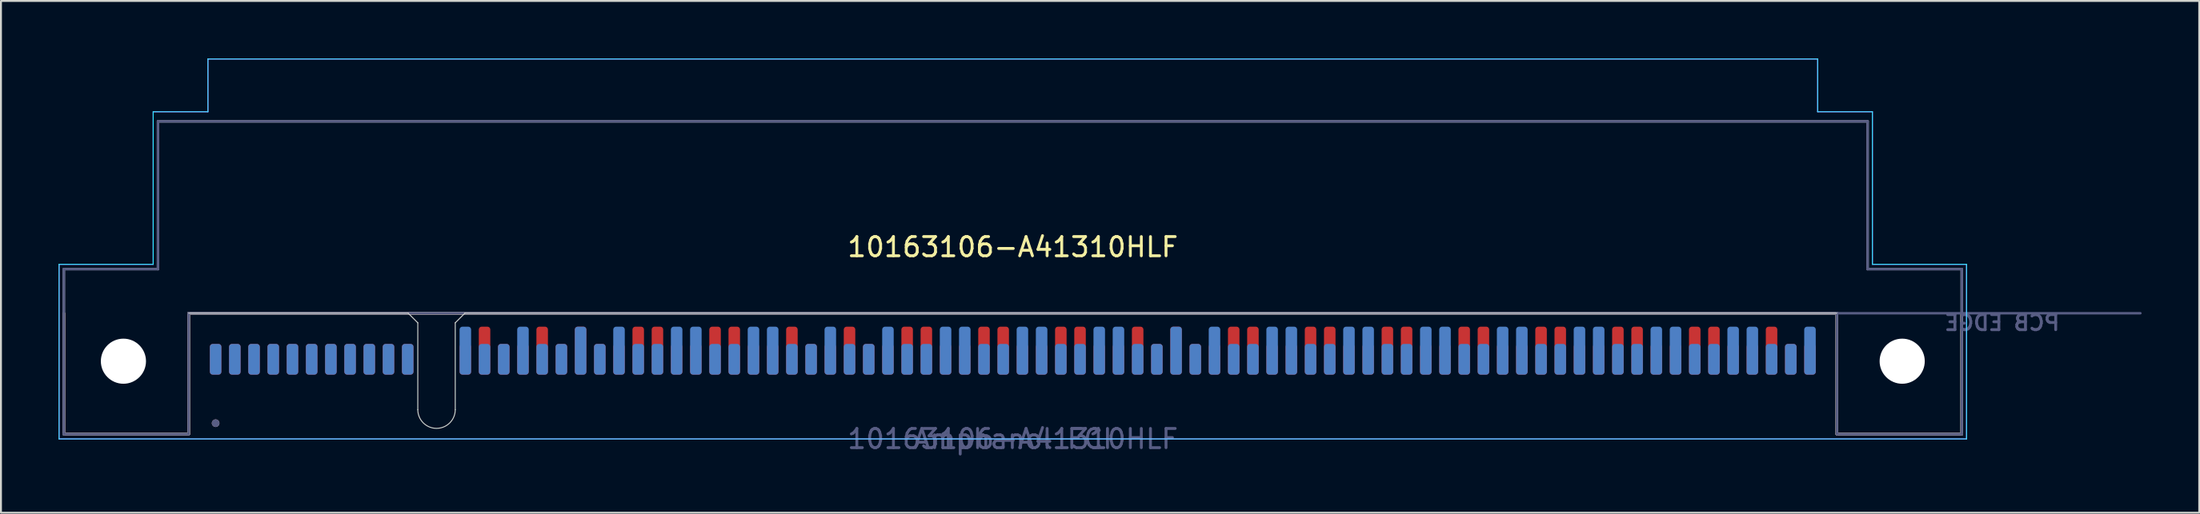
<source format=kicad_pcb>
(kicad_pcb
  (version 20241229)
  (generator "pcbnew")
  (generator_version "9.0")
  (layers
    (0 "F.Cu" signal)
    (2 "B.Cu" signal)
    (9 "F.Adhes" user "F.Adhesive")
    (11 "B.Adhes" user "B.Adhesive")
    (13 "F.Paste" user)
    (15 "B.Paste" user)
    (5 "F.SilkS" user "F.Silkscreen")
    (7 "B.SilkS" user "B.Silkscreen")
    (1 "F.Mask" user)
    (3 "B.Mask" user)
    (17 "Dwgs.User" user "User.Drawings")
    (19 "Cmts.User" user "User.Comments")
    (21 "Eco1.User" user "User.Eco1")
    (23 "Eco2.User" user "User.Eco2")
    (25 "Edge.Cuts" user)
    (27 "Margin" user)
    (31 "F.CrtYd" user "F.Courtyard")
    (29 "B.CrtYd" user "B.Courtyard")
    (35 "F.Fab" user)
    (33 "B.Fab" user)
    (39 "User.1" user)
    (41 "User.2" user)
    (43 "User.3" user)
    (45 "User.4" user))
  (footprint "10163106-A41310HLF"
    (layer "F.Cu")
    (at 49.675 19.825)
    (property "Reference" "10163106-A41310HLF" (at 0 -10 0) (unlocked yes) (layer "F.SilkS") (effects (font (size 1 1) (thickness 0.15))))
    (property "MFR" "Amphanol FCI" (at 0 0 0) (layer "B.Fab") (effects (font (size 1 1) (thickness 0.15))))
    (property "MPN" "10163106-A41310HLF" (at 0 0 0) (layer "B.Fab") (effects (font (size 1 1) (thickness 0.15))))
    (attr smd)
    (fp_line (start -49.4 -6.55) (end -49.4 -0.25) (stroke (width 0.127) (type solid)) (layer "F.SilkS"))
    (fp_line (start -49.4 -0.25) (end -42.9 -0.25) (stroke (width 0.127) (type solid)) (layer "F.SilkS"))
    (fp_line (start -42.9 -0.25) (end -42.9 -6.55) (stroke (width 0.127) (type solid)) (layer "F.SilkS"))
    (fp_line (start -42.9 -6.55) (end 42.9 -6.55) (stroke (width 0.127) (type solid)) (layer "F.SilkS"))
    (fp_line (start 42.9 -6.55) (end 42.9 -0.25) (stroke (width 0.127) (type solid)) (layer "F.SilkS"))
    (fp_line (start 42.9 -0.25) (end 49.4 -0.25) (stroke (width 0.127) (type solid)) (layer "F.SilkS"))
    (fp_line (start 49.4 -0.25) (end 49.4 -6.55) (stroke (width 0.127) (type solid)) (layer "F.SilkS"))
    (fp_line (start -49.4 -0.25) (end -49.4 -6.55) (stroke (width 0.127) (type solid)) (layer "B.SilkS"))
    (fp_line (start -42.9 -0.25) (end -49.4 -0.25) (stroke (width 0.127) (type solid)) (layer "B.SilkS"))
    (fp_line (start -42.9 -6.55) (end -42.9 -0.25) (stroke (width 0.127) (type solid)) (layer "B.SilkS"))
    (fp_line (start -42.9 -6.55) (end 42.9 -6.55) (stroke (width 0.127) (type solid)) (layer "B.SilkS"))
    (fp_line (start 42.9 -6.55) (end 42.9 -0.25) (stroke (width 0.127) (type solid)) (layer "B.SilkS"))
    (fp_line (start 42.9 -0.25) (end 49.4 -0.25) (stroke (width 0.127) (type solid)) (layer "B.SilkS"))
    (fp_line (start 49.4 -0.25) (end 49.4 -6.55) (stroke (width 0.127) (type solid)) (layer "B.SilkS"))
    (fp_circle (center -41.5 -0.82) (end -41.4 -0.82) (stroke (width 0.2) (type solid)) (fill no) (layer "B.SilkS"))
    (fp_line (start -42.9 -6.55) (end -31.475 -6.55) (stroke (width 0.05) (type solid)) (layer "Edge.Cuts"))
    (fp_line (start -31.475 -6.55) (end -30.975 -6.05) (stroke (width 0.05) (type solid)) (layer "Edge.Cuts"))
    (fp_line (start -30.975 -6.05) (end -30.975 -1.525) (stroke (width 0.05) (type solid)) (layer "Edge.Cuts"))
    (fp_line (start -29.025 -6.05) (end -28.525 -6.55) (stroke (width 0.05) (type solid)) (layer "Edge.Cuts"))
    (fp_line (start -29.025 -1.525) (end -29.025 -6.05) (stroke (width 0.05) (type solid)) (layer "Edge.Cuts"))
    (fp_line (start 42.9 -6.55) (end -28.525 -6.55) (stroke (width 0.05) (type solid)) (layer "Edge.Cuts"))
    (fp_arc (start -29.025 -1.525) (mid -30 -0.55) (end -30.975 -1.525) (stroke (width 0.05) (type solid)) (layer "Edge.Cuts"))
    (fp_line (start -49.65 -9.1) (end -49.65 0) (stroke (width 0.05) (type solid)) (layer "B.CrtYd"))
    (fp_line (start -49.65 0) (end 49.65 0) (stroke (width 0.05) (type solid)) (layer "B.CrtYd"))
    (fp_line (start -44.75 -17.05) (end -44.75 -9.1) (stroke (width 0.05) (type solid)) (layer "B.CrtYd"))
    (fp_line (start -44.75 -9.1) (end -49.65 -9.1) (stroke (width 0.05) (type solid)) (layer "B.CrtYd"))
    (fp_line (start -41.9 -17.05) (end -44.75 -17.05) (stroke (width 0.05) (type solid)) (layer "B.CrtYd"))
    (fp_line (start -41.9 -19.8) (end -41.9 -17.05) (stroke (width 0.05) (type solid)) (layer "B.CrtYd"))
    (fp_line (start 41.9 -19.8) (end -41.9 -19.8) (stroke (width 0.05) (type solid)) (layer "B.CrtYd"))
    (fp_line (start 41.9 -17.05) (end 41.9 -19.8) (stroke (width 0.05) (type solid)) (layer "B.CrtYd"))
    (fp_line (start 44.75 -17.05) (end 41.9 -17.05) (stroke (width 0.05) (type solid)) (layer "B.CrtYd"))
    (fp_line (start 44.75 -9.1) (end 44.75 -17.05) (stroke (width 0.05) (type solid)) (layer "B.CrtYd"))
    (fp_line (start 49.65 -9.1) (end 44.75 -9.1) (stroke (width 0.05) (type solid)) (layer "B.CrtYd"))
    (fp_line (start 49.65 0) (end 49.65 -9.1) (stroke (width 0.05) (type solid)) (layer "B.CrtYd"))
    (fp_line (start -49.65 -9.1) (end -49.65 0) (stroke (width 0.05) (type solid)) (layer "F.CrtYd"))
    (fp_line (start -49.65 0) (end 49.65 0) (stroke (width 0.05) (type solid)) (layer "F.CrtYd"))
    (fp_line (start -44.75 -17.05) (end -44.75 -9.1) (stroke (width 0.05) (type solid)) (layer "F.CrtYd"))
    (fp_line (start -44.75 -9.1) (end -49.65 -9.1) (stroke (width 0.05) (type solid)) (layer "F.CrtYd"))
    (fp_line (start -41.9 -17.05) (end -44.75 -17.05) (stroke (width 0.05) (type solid)) (layer "F.CrtYd"))
    (fp_line (start -41.9 -19.8) (end -41.9 -17.05) (stroke (width 0.05) (type solid)) (layer "F.CrtYd"))
    (fp_line (start 41.9 -19.8) (end -41.9 -19.8) (stroke (width 0.05) (type solid)) (layer "F.CrtYd"))
    (fp_line (start 41.9 -17.05) (end 41.9 -19.8) (stroke (width 0.05) (type solid)) (layer "F.CrtYd"))
    (fp_line (start 44.75 -17.05) (end 41.9 -17.05) (stroke (width 0.05) (type solid)) (layer "F.CrtYd"))
    (fp_line (start 44.75 -9.1) (end 44.75 -17.05) (stroke (width 0.05) (type solid)) (layer "F.CrtYd"))
    (fp_line (start 49.65 -9.1) (end 44.75 -9.1) (stroke (width 0.05) (type solid)) (layer "F.CrtYd"))
    (fp_line (start 49.65 0) (end 49.65 -9.1) (stroke (width 0.05) (type solid)) (layer "F.CrtYd"))
    (fp_line (start -49.4 -8.85) (end -44.5 -8.85) (stroke (width 0.127) (type solid)) (layer "B.Fab"))
    (fp_line (start -49.4 -0.25) (end -49.4 -8.85) (stroke (width 0.127) (type solid)) (layer "B.Fab"))
    (fp_line (start -49.4 -0.25) (end -42.9 -0.25) (stroke (width 0.127) (type solid)) (layer "B.Fab"))
    (fp_line (start -44.5 -16.55) (end 44.5 -16.55) (stroke (width 0.127) (type solid)) (layer "B.Fab"))
    (fp_line (start -44.5 -8.85) (end -44.5 -16.55) (stroke (width 0.127) (type solid)) (layer "B.Fab"))
    (fp_line (start -42.9 -0.25) (end -42.9 -6.55) (stroke (width 0.127) (type solid)) (layer "B.Fab"))
    (fp_line (start -42.9 -6.55) (end 42.9 -6.55) (stroke (width 0.127) (type solid)) (layer "B.Fab"))
    (fp_line (start 42.9 -6.55) (end 42.9 -0.25) (stroke (width 0.127) (type solid)) (layer "B.Fab"))
    (fp_line (start 42.9 -6.55) (end 58.7 -6.55) (stroke (width 0.127) (type solid)) (layer "B.Fab"))
    (fp_line (start 42.9 -0.25) (end 49.4 -0.25) (stroke (width 0.127) (type solid)) (layer "B.Fab"))
    (fp_line (start 44.5 -8.85) (end 44.5 -16.55) (stroke (width 0.127) (type solid)) (layer "B.Fab"))
    (fp_line (start 49.4 -8.85) (end 44.5 -8.85) (stroke (width 0.127) (type solid)) (layer "B.Fab"))
    (fp_line (start 49.4 -0.25) (end 49.4 -8.85) (stroke (width 0.127) (type solid)) (layer "B.Fab"))
    (fp_circle (center -41.5 -0.82) (end -41.4 -0.82) (stroke (width 0.2) (type solid)) (fill no) (layer "B.Fab"))
    (fp_line (start -49.4 -8.85) (end -49.4 -0.25) (stroke (width 0.127) (type solid)) (layer "F.Fab"))
    (fp_line (start -49.4 -0.25) (end -42.9 -0.25) (stroke (width 0.127) (type solid)) (layer "F.Fab"))
    (fp_line (start -44.5 -16.55) (end -44.5 -8.85) (stroke (width 0.127) (type solid)) (layer "F.Fab"))
    (fp_line (start -44.5 -16.55) (end 44.5 -16.55) (stroke (width 0.127) (type solid)) (layer "F.Fab"))
    (fp_line (start -44.5 -8.85) (end -49.4 -8.85) (stroke (width 0.127) (type solid)) (layer "F.Fab"))
    (fp_line (start -42.9 -0.25) (end -42.9 -6.55) (stroke (width 0.127) (type solid)) (layer "F.Fab"))
    (fp_line (start -42.9 -6.55) (end 42.9 -6.55) (stroke (width 0.127) (type solid)) (layer "F.Fab"))
    (fp_line (start 42.9 -6.55) (end 42.9 -0.25) (stroke (width 0.127) (type solid)) (layer "F.Fab"))
    (fp_line (start 42.9 -0.25) (end 49.4 -0.25) (stroke (width 0.127) (type solid)) (layer "F.Fab"))
    (fp_line (start 44.5 -8.85) (end 44.5 -16.55) (stroke (width 0.127) (type solid)) (layer "F.Fab"))
    (fp_line (start 49.4 -8.85) (end 44.5 -8.85) (stroke (width 0.127) (type solid)) (layer "F.Fab"))
    (fp_line (start 49.4 -0.25) (end 49.4 -8.85) (stroke (width 0.127) (type solid)) (layer "F.Fab"))
    (fp_text user "PCB EDGE" (at 51.5 -6.05 180) (layer "B.Fab") (effects (font (size 0.787 0.787) (thickness 0.15)) (justify mirror)))
    (pad "" np_thru_hole circle (at -46.3 -4.05 180) (size 2.35 2.35) (drill 2.35) (layers "*.Cu" "*.Mask"))
    (pad "" np_thru_hole circle (at 46.3 -4.05 180) (size 2.35 2.35) (drill 2.35) (layers "*.Cu" "*.Mask"))
    (pad "A1" smd roundrect (at -41.5 -4.15 180) (size 0.6 1.6) (layers "B.Cu" "B.Mask" "B.Paste") (roundrect_rratio 0.25))
    (pad "A2" smd roundrect (at -40.5 -4.15 180) (size 0.6 1.6) (layers "B.Cu" "B.Mask" "B.Paste") (roundrect_rratio 0.25))
    (pad "A3" smd roundrect (at -39.5 -4.15 180) (size 0.6 1.6) (layers "B.Cu" "B.Mask" "B.Paste") (roundrect_rratio 0.25))
    (pad "A4" smd roundrect (at -38.5 -4.15 180) (size 0.6 1.6) (layers "B.Cu" "B.Mask" "B.Paste") (roundrect_rratio 0.25))
    (pad "A5" smd roundrect (at -37.5 -4.15 180) (size 0.6 1.6) (layers "B.Cu" "B.Mask" "B.Paste") (roundrect_rratio 0.25))
    (pad "A6" smd roundrect (at -36.5 -4.15 180) (size 0.6 1.6) (layers "B.Cu" "B.Mask" "B.Paste") (roundrect_rratio 0.25))
    (pad "A7" smd roundrect (at -35.5 -4.15 180) (size 0.6 1.6) (layers "B.Cu" "B.Mask" "B.Paste") (roundrect_rratio 0.25))
    (pad "A8" smd roundrect (at -34.5 -4.15 180) (size 0.6 1.6) (layers "B.Cu" "B.Mask" "B.Paste") (roundrect_rratio 0.25))
    (pad "A9" smd roundrect (at -33.5 -4.15 180) (size 0.6 1.6) (layers "B.Cu" "B.Mask" "B.Paste") (roundrect_rratio 0.25))
    (pad "A10" smd roundrect (at -32.5 -4.15 180) (size 0.6 1.6) (layers "B.Cu" "B.Mask" "B.Paste") (roundrect_rratio 0.25))
    (pad "A11" smd roundrect (at -31.5 -4.15 180) (size 0.6 1.6) (layers "B.Cu" "B.Mask" "B.Paste") (roundrect_rratio 0.25))
    (pad "A12" smd roundrect (at -28.5 -4.6 180) (size 0.6 2.5) (layers "B.Cu" "B.Mask" "B.Paste") (roundrect_rratio 0.25))
    (pad "A13" smd roundrect (at -27.5 -4.15 180) (size 0.6 1.6) (layers "B.Cu" "B.Mask" "B.Paste") (roundrect_rratio 0.25))
    (pad "A14" smd roundrect (at -26.5 -4.15 180) (size 0.6 1.6) (layers "B.Cu" "B.Mask" "B.Paste") (roundrect_rratio 0.25))
    (pad "A15" smd roundrect (at -25.5 -4.6 180) (size 0.6 2.5) (layers "B.Cu" "B.Mask" "B.Paste") (roundrect_rratio 0.25))
    (pad "A16" smd roundrect (at -24.5 -4.15 180) (size 0.6 1.6) (layers "B.Cu" "B.Mask" "B.Paste") (roundrect_rratio 0.25))
    (pad "A17" smd roundrect (at -23.5 -4.15 180) (size 0.6 1.6) (layers "B.Cu" "B.Mask" "B.Paste") (roundrect_rratio 0.25))
    (pad "A18" smd roundrect (at -22.5 -4.6 180) (size 0.6 2.5) (layers "B.Cu" "B.Mask" "B.Paste") (roundrect_rratio 0.25))
    (pad "A19" smd roundrect (at -21.5 -4.15 180) (size 0.6 1.6) (layers "B.Cu" "B.Mask" "B.Paste") (roundrect_rratio 0.25))
    (pad "A20" smd roundrect (at -20.5 -4.6 180) (size 0.6 2.5) (layers "B.Cu" "B.Mask" "B.Paste") (roundrect_rratio 0.25))
    (pad "A21" smd roundrect (at -19.5 -4.15 180) (size 0.6 1.6) (layers "B.Cu" "B.Mask" "B.Paste") (roundrect_rratio 0.25))
    (pad "A22" smd roundrect (at -18.5 -4.15 180) (size 0.6 1.6) (layers "B.Cu" "B.Mask" "B.Paste") (roundrect_rratio 0.25))
    (pad "A23" smd roundrect (at -17.5 -4.6 180) (size 0.6 2.5) (layers "B.Cu" "B.Mask" "B.Paste") (roundrect_rratio 0.25))
    (pad "A24" smd roundrect (at -16.5 -4.6 180) (size 0.6 2.5) (layers "B.Cu" "B.Mask" "B.Paste") (roundrect_rratio 0.25))
    (pad "A25" smd roundrect (at -15.5 -4.15 180) (size 0.6 1.6) (layers "B.Cu" "B.Mask" "B.Paste") (roundrect_rratio 0.25))
    (pad "A26" smd roundrect (at -14.5 -4.15 180) (size 0.6 1.6) (layers "B.Cu" "B.Mask" "B.Paste") (roundrect_rratio 0.25))
    (pad "A27" smd roundrect (at -13.5 -4.6 180) (size 0.6 2.5) (layers "B.Cu" "B.Mask" "B.Paste") (roundrect_rratio 0.25))
    (pad "A28" smd roundrect (at -12.5 -4.6 180) (size 0.6 2.5) (layers "B.Cu" "B.Mask" "B.Paste") (roundrect_rratio 0.25))
    (pad "A29" smd roundrect (at -11.5 -4.15 180) (size 0.6 1.6) (layers "B.Cu" "B.Mask" "B.Paste") (roundrect_rratio 0.25))
    (pad "A30" smd roundrect (at -10.5 -4.15 180) (size 0.6 1.6) (layers "B.Cu" "B.Mask" "B.Paste") (roundrect_rratio 0.25))
    (pad "A31" smd roundrect (at -9.5 -4.6 180) (size 0.6 2.5) (layers "B.Cu" "B.Mask" "B.Paste") (roundrect_rratio 0.25))
    (pad "A32" smd roundrect (at -8.5 -4.15 180) (size 0.6 1.6) (layers "B.Cu" "B.Mask" "B.Paste") (roundrect_rratio 0.25))
    (pad "A33" smd roundrect (at -7.5 -4.15 180) (size 0.6 1.6) (layers "B.Cu" "B.Mask" "B.Paste") (roundrect_rratio 0.25))
    (pad "A34" smd roundrect (at -6.5 -4.6 180) (size 0.6 2.5) (layers "B.Cu" "B.Mask" "B.Paste") (roundrect_rratio 0.25))
    (pad "A35" smd roundrect (at -5.5 -4.15 180) (size 0.6 1.6) (layers "B.Cu" "B.Mask" "B.Paste") (roundrect_rratio 0.25))
    (pad "A36" smd roundrect (at -4.5 -4.15 180) (size 0.6 1.6) (layers "B.Cu" "B.Mask" "B.Paste") (roundrect_rratio 0.25))
    (pad "A37" smd roundrect (at -3.5 -4.6 180) (size 0.6 2.5) (layers "B.Cu" "B.Mask" "B.Paste") (roundrect_rratio 0.25))
    (pad "A38" smd roundrect (at -2.5 -4.6 180) (size 0.6 2.5) (layers "B.Cu" "B.Mask" "B.Paste") (roundrect_rratio 0.25))
    (pad "A39" smd roundrect (at -1.5 -4.15 180) (size 0.6 1.6) (layers "B.Cu" "B.Mask" "B.Paste") (roundrect_rratio 0.25))
    (pad "A40" smd roundrect (at -0.5 -4.15 180) (size 0.6 1.6) (layers "B.Cu" "B.Mask" "B.Paste") (roundrect_rratio 0.25))
    (pad "A41" smd roundrect (at 0.5 -4.6 180) (size 0.6 2.5) (layers "B.Cu" "B.Mask" "B.Paste") (roundrect_rratio 0.25))
    (pad "A42" smd roundrect (at 1.5 -4.6 180) (size 0.6 2.5) (layers "B.Cu" "B.Mask" "B.Paste") (roundrect_rratio 0.25))
    (pad "A43" smd roundrect (at 2.5 -4.15 180) (size 0.6 1.6) (layers "B.Cu" "B.Mask" "B.Paste") (roundrect_rratio 0.25))
    (pad "A44" smd roundrect (at 3.5 -4.15 180) (size 0.6 1.6) (layers "B.Cu" "B.Mask" "B.Paste") (roundrect_rratio 0.25))
    (pad "A45" smd roundrect (at 4.5 -4.6 180) (size 0.6 2.5) (layers "B.Cu" "B.Mask" "B.Paste") (roundrect_rratio 0.25))
    (pad "A46" smd roundrect (at 5.5 -4.6 180) (size 0.6 2.5) (layers "B.Cu" "B.Mask" "B.Paste") (roundrect_rratio 0.25))
    (pad "A47" smd roundrect (at 6.5 -4.15 180) (size 0.6 1.6) (layers "B.Cu" "B.Mask" "B.Paste") (roundrect_rratio 0.25))
    (pad "A48" smd roundrect (at 7.5 -4.15 180) (size 0.6 1.6) (layers "B.Cu" "B.Mask" "B.Paste") (roundrect_rratio 0.25))
    (pad "A49" smd roundrect (at 8.5 -4.6 180) (size 0.6 2.5) (layers "B.Cu" "B.Mask" "B.Paste") (roundrect_rratio 0.25))
    (pad "A50" smd roundrect (at 9.5 -4.15 180) (size 0.6 1.6) (layers "B.Cu" "B.Mask" "B.Paste") (roundrect_rratio 0.25))
    (pad "A51" smd roundrect (at 10.5 -4.6 180) (size 0.6 2.5) (layers "B.Cu" "B.Mask" "B.Paste") (roundrect_rratio 0.25))
    (pad "A52" smd roundrect (at 11.5 -4.15 180) (size 0.6 1.6) (layers "B.Cu" "B.Mask" "B.Paste") (roundrect_rratio 0.25))
    (pad "A53" smd roundrect (at 12.5 -4.15 180) (size 0.6 1.6) (layers "B.Cu" "B.Mask" "B.Paste") (roundrect_rratio 0.25))
    (pad "A54" smd roundrect (at 13.5 -4.6 180) (size 0.6 2.5) (layers "B.Cu" "B.Mask" "B.Paste") (roundrect_rratio 0.25))
    (pad "A55" smd roundrect (at 14.5 -4.6 180) (size 0.6 2.5) (layers "B.Cu" "B.Mask" "B.Paste") (roundrect_rratio 0.25))
    (pad "A56" smd roundrect (at 15.5 -4.15 180) (size 0.6 1.6) (layers "B.Cu" "B.Mask" "B.Paste") (roundrect_rratio 0.25))
    (pad "A57" smd roundrect (at 16.5 -4.15 180) (size 0.6 1.6) (layers "B.Cu" "B.Mask" "B.Paste") (roundrect_rratio 0.25))
    (pad "A58" smd roundrect (at 17.5 -4.6 180) (size 0.6 2.5) (layers "B.Cu" "B.Mask" "B.Paste") (roundrect_rratio 0.25))
    (pad "A59" smd roundrect (at 18.5 -4.6 180) (size 0.6 2.5) (layers "B.Cu" "B.Mask" "B.Paste") (roundrect_rratio 0.25))
    (pad "A60" smd roundrect (at 19.5 -4.15 180) (size 0.6 1.6) (layers "B.Cu" "B.Mask" "B.Paste") (roundrect_rratio 0.25))
    (pad "A61" smd roundrect (at 20.5 -4.15 180) (size 0.6 1.6) (layers "B.Cu" "B.Mask" "B.Paste") (roundrect_rratio 0.25))
    (pad "A62" smd roundrect (at 21.5 -4.6 180) (size 0.6 2.5) (layers "B.Cu" "B.Mask" "B.Paste") (roundrect_rratio 0.25))
    (pad "A63" smd roundrect (at 22.5 -4.6 180) (size 0.6 2.5) (layers "B.Cu" "B.Mask" "B.Paste") (roundrect_rratio 0.25))
    (pad "A64" smd roundrect (at 23.5 -4.15 180) (size 0.6 1.6) (layers "B.Cu" "B.Mask" "B.Paste") (roundrect_rratio 0.25))
    (pad "A65" smd roundrect (at 24.5 -4.15 180) (size 0.6 1.6) (layers "B.Cu" "B.Mask" "B.Paste") (roundrect_rratio 0.25))
    (pad "A66" smd roundrect (at 25.5 -4.6 180) (size 0.6 2.5) (layers "B.Cu" "B.Mask" "B.Paste") (roundrect_rratio 0.25))
    (pad "A67" smd roundrect (at 26.5 -4.6 180) (size 0.6 2.5) (layers "B.Cu" "B.Mask" "B.Paste") (roundrect_rratio 0.25))
    (pad "A68" smd roundrect (at 27.5 -4.15 180) (size 0.6 1.6) (layers "B.Cu" "B.Mask" "B.Paste") (roundrect_rratio 0.25))
    (pad "A69" smd roundrect (at 28.5 -4.15 180) (size 0.6 1.6) (layers "B.Cu" "B.Mask" "B.Paste") (roundrect_rratio 0.25))
    (pad "A70" smd roundrect (at 29.5 -4.6 180) (size 0.6 2.5) (layers "B.Cu" "B.Mask" "B.Paste") (roundrect_rratio 0.25))
    (pad "A71" smd roundrect (at 30.5 -4.6 180) (size 0.6 2.5) (layers "B.Cu" "B.Mask" "B.Paste") (roundrect_rratio 0.25))
    (pad "A72" smd roundrect (at 31.5 -4.15 180) (size 0.6 1.6) (layers "B.Cu" "B.Mask" "B.Paste") (roundrect_rratio 0.25))
    (pad "A73" smd roundrect (at 32.5 -4.15 180) (size 0.6 1.6) (layers "B.Cu" "B.Mask" "B.Paste") (roundrect_rratio 0.25))
    (pad "A74" smd roundrect (at 33.5 -4.6 180) (size 0.6 2.5) (layers "B.Cu" "B.Mask" "B.Paste") (roundrect_rratio 0.25))
    (pad "A75" smd roundrect (at 34.5 -4.6 180) (size 0.6 2.5) (layers "B.Cu" "B.Mask" "B.Paste") (roundrect_rratio 0.25))
    (pad "A76" smd roundrect (at 35.5 -4.15 180) (size 0.6 1.6) (layers "B.Cu" "B.Mask" "B.Paste") (roundrect_rratio 0.25))
    (pad "A77" smd roundrect (at 36.5 -4.15 180) (size 0.6 1.6) (layers "B.Cu" "B.Mask" "B.Paste") (roundrect_rratio 0.25))
    (pad "A78" smd roundrect (at 37.5 -4.6 180) (size 0.6 2.5) (layers "B.Cu" "B.Mask" "B.Paste") (roundrect_rratio 0.25))
    (pad "A79" smd roundrect (at 38.5 -4.6 180) (size 0.6 2.5) (layers "B.Cu" "B.Mask" "B.Paste") (roundrect_rratio 0.25))
    (pad "A80" smd roundrect (at 39.5 -4.15 180) (size 0.6 1.6) (layers "B.Cu" "B.Mask" "B.Paste") (roundrect_rratio 0.25))
    (pad "A81" smd roundrect (at 40.5 -4.15 180) (size 0.6 1.6) (layers "B.Cu" "B.Mask" "B.Paste") (roundrect_rratio 0.25))
    (pad "A82" smd roundrect (at 41.5 -4.6 180) (size 0.6 2.5) (layers "B.Cu" "B.Mask" "B.Paste") (roundrect_rratio 0.25))
    (pad "B1" smd roundrect (at -41.5 -4.15 180) (size 0.6 1.6) (layers "F.Cu" "F.Mask" "F.Paste") (roundrect_rratio 0.25))
    (pad "B2" smd roundrect (at -40.5 -4.15 180) (size 0.6 1.6) (layers "F.Cu" "F.Mask" "F.Paste") (roundrect_rratio 0.25))
    (pad "B3" smd roundrect (at -39.5 -4.15 180) (size 0.6 1.6) (layers "F.Cu" "F.Mask" "F.Paste") (roundrect_rratio 0.25))
    (pad "B4" smd roundrect (at -38.5 -4.15 180) (size 0.6 1.6) (layers "F.Cu" "F.Mask" "F.Paste") (roundrect_rratio 0.25))
    (pad "B5" smd roundrect (at -37.5 -4.15 180) (size 0.6 1.6) (layers "F.Cu" "F.Mask" "F.Paste") (roundrect_rratio 0.25))
    (pad "B6" smd roundrect (at -36.5 -4.15 180) (size 0.6 1.6) (layers "F.Cu" "F.Mask" "F.Paste") (roundrect_rratio 0.25))
    (pad "B7" smd roundrect (at -35.5 -4.15 180) (size 0.6 1.6) (layers "F.Cu" "F.Mask" "F.Paste") (roundrect_rratio 0.25))
    (pad "B8" smd roundrect (at -34.5 -4.15 180) (size 0.6 1.6) (layers "F.Cu" "F.Mask" "F.Paste") (roundrect_rratio 0.25))
    (pad "B9" smd roundrect (at -33.5 -4.15 180) (size 0.6 1.6) (layers "F.Cu" "F.Mask" "F.Paste") (roundrect_rratio 0.25))
    (pad "B10" smd roundrect (at -32.5 -4.15 180) (size 0.6 1.6) (layers "F.Cu" "F.Mask" "F.Paste") (roundrect_rratio 0.25))
    (pad "B11" smd roundrect (at -31.5 -4.15 180) (size 0.6 1.6) (layers "F.Cu" "F.Mask" "F.Paste") (roundrect_rratio 0.25))
    (pad "B12" smd roundrect (at -28.5 -4.15 180) (size 0.6 1.6) (layers "F.Cu" "F.Mask" "F.Paste") (roundrect_rratio 0.25))
    (pad "B13" smd roundrect (at -27.5 -4.6 180) (size 0.6 2.5) (layers "F.Cu" "F.Mask" "F.Paste") (roundrect_rratio 0.25))
    (pad "B14" smd roundrect (at -26.5 -4.15 180) (size 0.6 1.6) (layers "F.Cu" "F.Mask" "F.Paste") (roundrect_rratio 0.25))
    (pad "B15" smd roundrect (at -25.5 -4.15 180) (size 0.6 1.6) (layers "F.Cu" "F.Mask" "F.Paste") (roundrect_rratio 0.25))
    (pad "B16" smd roundrect (at -24.5 -4.6 180) (size 0.6 2.5) (layers "F.Cu" "F.Mask" "F.Paste") (roundrect_rratio 0.25))
    (pad "B17" smd roundrect (at -23.5 -4.15 180) (size 0.6 1.6) (layers "F.Cu" "F.Mask" "F.Paste") (roundrect_rratio 0.25))
    (pad "B18" smd roundrect (at -22.5 -4.6 180) (size 0.6 2.5) (layers "F.Cu" "F.Mask" "F.Paste") (roundrect_rratio 0.25))
    (pad "B19" smd roundrect (at -21.5 -4.15 180) (size 0.6 1.6) (layers "F.Cu" "F.Mask" "F.Paste") (roundrect_rratio 0.25))
    (pad "B20" smd roundrect (at -20.5 -4.15 180) (size 0.6 1.6) (layers "F.Cu" "F.Mask" "F.Paste") (roundrect_rratio 0.25))
    (pad "B21" smd roundrect (at -19.5 -4.6 180) (size 0.6 2.5) (layers "F.Cu" "F.Mask" "F.Paste") (roundrect_rratio 0.25))
    (pad "B22" smd roundrect (at -18.5 -4.6 180) (size 0.6 2.5) (layers "F.Cu" "F.Mask" "F.Paste") (roundrect_rratio 0.25))
    (pad "B23" smd roundrect (at -17.5 -4.15 180) (size 0.6 1.6) (layers "F.Cu" "F.Mask" "F.Paste") (roundrect_rratio 0.25))
    (pad "B24" smd roundrect (at -16.5 -4.15 180) (size 0.6 1.6) (layers "F.Cu" "F.Mask" "F.Paste") (roundrect_rratio 0.25))
    (pad "B25" smd roundrect (at -15.5 -4.6 180) (size 0.6 2.5) (layers "F.Cu" "F.Mask" "F.Paste") (roundrect_rratio 0.25))
    (pad "B26" smd roundrect (at -14.5 -4.6 180) (size 0.6 2.5) (layers "F.Cu" "F.Mask" "F.Paste") (roundrect_rratio 0.25))
    (pad "B27" smd roundrect (at -13.5 -4.15 180) (size 0.6 1.6) (layers "F.Cu" "F.Mask" "F.Paste") (roundrect_rratio 0.25))
    (pad "B28" smd roundrect (at -12.5 -4.15 180) (size 0.6 1.6) (layers "F.Cu" "F.Mask" "F.Paste") (roundrect_rratio 0.25))
    (pad "B29" smd roundrect (at -11.5 -4.6 180) (size 0.6 2.5) (layers "F.Cu" "F.Mask" "F.Paste") (roundrect_rratio 0.25))
    (pad "B30" smd roundrect (at -10.5 -4.15 180) (size 0.6 1.6) (layers "F.Cu" "F.Mask" "F.Paste") (roundrect_rratio 0.25))
    (pad "B31" smd roundrect (at -9.5 -4.15 180) (size 0.6 1.6) (layers "F.Cu" "F.Mask" "F.Paste") (roundrect_rratio 0.25))
    (pad "B32" smd roundrect (at -8.5 -4.6 180) (size 0.6 2.5) (layers "F.Cu" "F.Mask" "F.Paste") (roundrect_rratio 0.25))
    (pad "B33" smd roundrect (at -7.5 -4.15 180) (size 0.6 1.6) (layers "F.Cu" "F.Mask" "F.Paste") (roundrect_rratio 0.25))
    (pad "B34" smd roundrect (at -6.5 -4.15 180) (size 0.6 1.6) (layers "F.Cu" "F.Mask" "F.Paste") (roundrect_rratio 0.25))
    (pad "B35" smd roundrect (at -5.5 -4.6 180) (size 0.6 2.5) (layers "F.Cu" "F.Mask" "F.Paste") (roundrect_rratio 0.25))
    (pad "B36" smd roundrect (at -4.5 -4.6 180) (size 0.6 2.5) (layers "F.Cu" "F.Mask" "F.Paste") (roundrect_rratio 0.25))
    (pad "B37" smd roundrect (at -3.5 -4.15 180) (size 0.6 1.6) (layers "F.Cu" "F.Mask" "F.Paste") (roundrect_rratio 0.25))
    (pad "B38" smd roundrect (at -2.5 -4.15 180) (size 0.6 1.6) (layers "F.Cu" "F.Mask" "F.Paste") (roundrect_rratio 0.25))
    (pad "B39" smd roundrect (at -1.5 -4.6 180) (size 0.6 2.5) (layers "F.Cu" "F.Mask" "F.Paste") (roundrect_rratio 0.25))
    (pad "B40" smd roundrect (at -0.5 -4.6 180) (size 0.6 2.5) (layers "F.Cu" "F.Mask" "F.Paste") (roundrect_rratio 0.25))
    (pad "B41" smd roundrect (at 0.5 -4.15 180) (size 0.6 1.6) (layers "F.Cu" "F.Mask" "F.Paste") (roundrect_rratio 0.25))
    (pad "B42" smd roundrect (at 1.5 -4.15 180) (size 0.6 1.6) (layers "F.Cu" "F.Mask" "F.Paste") (roundrect_rratio 0.25))
    (pad "B43" smd roundrect (at 2.5 -4.6 180) (size 0.6 2.5) (layers "F.Cu" "F.Mask" "F.Paste") (roundrect_rratio 0.25))
    (pad "B44" smd roundrect (at 3.5 -4.6 180) (size 0.6 2.5) (layers "F.Cu" "F.Mask" "F.Paste") (roundrect_rratio 0.25))
    (pad "B45" smd roundrect (at 4.5 -4.15 180) (size 0.6 1.6) (layers "F.Cu" "F.Mask" "F.Paste") (roundrect_rratio 0.25))
    (pad "B46" smd roundrect (at 5.5 -4.15 180) (size 0.6 1.6) (layers "F.Cu" "F.Mask" "F.Paste") (roundrect_rratio 0.25))
    (pad "B47" smd roundrect (at 6.5 -4.6 180) (size 0.6 2.5) (layers "F.Cu" "F.Mask" "F.Paste") (roundrect_rratio 0.25))
    (pad "B48" smd roundrect (at 7.5 -4.15 180) (size 0.6 1.6) (layers "F.Cu" "F.Mask" "F.Paste") (roundrect_rratio 0.25))
    (pad "B49" smd roundrect (at 8.5 -4.6 180) (size 0.6 2.5) (layers "F.Cu" "F.Mask" "F.Paste") (roundrect_rratio 0.25))
    (pad "B50" smd roundrect (at 9.5 -4.15 180) (size 0.6 1.6) (layers "F.Cu" "F.Mask" "F.Paste") (roundrect_rratio 0.25))
    (pad "B51" smd roundrect (at 10.5 -4.15 180) (size 0.6 1.6) (layers "F.Cu" "F.Mask" "F.Paste") (roundrect_rratio 0.25))
    (pad "B52" smd roundrect (at 11.5 -4.6 180) (size 0.6 2.5) (layers "F.Cu" "F.Mask" "F.Paste") (roundrect_rratio 0.25))
    (pad "B53" smd roundrect (at 12.5 -4.6 180) (size 0.6 2.5) (layers "F.Cu" "F.Mask" "F.Paste") (roundrect_rratio 0.25))
    (pad "B54" smd roundrect (at 13.5 -4.15 180) (size 0.6 1.6) (layers "F.Cu" "F.Mask" "F.Paste") (roundrect_rratio 0.25))
    (pad "B55" smd roundrect (at 14.5 -4.15 180) (size 0.6 1.6) (layers "F.Cu" "F.Mask" "F.Paste") (roundrect_rratio 0.25))
    (pad "B56" smd roundrect (at 15.5 -4.6 180) (size 0.6 2.5) (layers "F.Cu" "F.Mask" "F.Paste") (roundrect_rratio 0.25))
    (pad "B57" smd roundrect (at 16.5 -4.6 180) (size 0.6 2.5) (layers "F.Cu" "F.Mask" "F.Paste") (roundrect_rratio 0.25))
    (pad "B58" smd roundrect (at 17.5 -4.15 180) (size 0.6 1.6) (layers "F.Cu" "F.Mask" "F.Paste") (roundrect_rratio 0.25))
    (pad "B59" smd roundrect (at 18.5 -4.15 180) (size 0.6 1.6) (layers "F.Cu" "F.Mask" "F.Paste") (roundrect_rratio 0.25))
    (pad "B60" smd roundrect (at 19.5 -4.6 180) (size 0.6 2.5) (layers "F.Cu" "F.Mask" "F.Paste") (roundrect_rratio 0.25))
    (pad "B61" smd roundrect (at 20.5 -4.6 180) (size 0.6 2.5) (layers "F.Cu" "F.Mask" "F.Paste") (roundrect_rratio 0.25))
    (pad "B62" smd roundrect (at 21.5 -4.15 180) (size 0.6 1.6) (layers "F.Cu" "F.Mask" "F.Paste") (roundrect_rratio 0.25))
    (pad "B63" smd roundrect (at 22.5 -4.15 180) (size 0.6 1.6) (layers "F.Cu" "F.Mask" "F.Paste") (roundrect_rratio 0.25))
    (pad "B64" smd roundrect (at 23.5 -4.6 180) (size 0.6 2.5) (layers "F.Cu" "F.Mask" "F.Paste") (roundrect_rratio 0.25))
    (pad "B65" smd roundrect (at 24.5 -4.6 180) (size 0.6 2.5) (layers "F.Cu" "F.Mask" "F.Paste") (roundrect_rratio 0.25))
    (pad "B66" smd roundrect (at 25.5 -4.15 180) (size 0.6 1.6) (layers "F.Cu" "F.Mask" "F.Paste") (roundrect_rratio 0.25))
    (pad "B67" smd roundrect (at 26.5 -4.15 180) (size 0.6 1.6) (layers "F.Cu" "F.Mask" "F.Paste") (roundrect_rratio 0.25))
    (pad "B68" smd roundrect (at 27.5 -4.6 180) (size 0.6 2.5) (layers "F.Cu" "F.Mask" "F.Paste") (roundrect_rratio 0.25))
    (pad "B69" smd roundrect (at 28.5 -4.6 180) (size 0.6 2.5) (layers "F.Cu" "F.Mask" "F.Paste") (roundrect_rratio 0.25))
    (pad "B70" smd roundrect (at 29.5 -4.15 180) (size 0.6 1.6) (layers "F.Cu" "F.Mask" "F.Paste") (roundrect_rratio 0.25))
    (pad "B71" smd roundrect (at 30.5 -4.15 180) (size 0.6 1.6) (layers "F.Cu" "F.Mask" "F.Paste") (roundrect_rratio 0.25))
    (pad "B72" smd roundrect (at 31.5 -4.6 180) (size 0.6 2.5) (layers "F.Cu" "F.Mask" "F.Paste") (roundrect_rratio 0.25))
    (pad "B73" smd roundrect (at 32.5 -4.6 180) (size 0.6 2.5) (layers "F.Cu" "F.Mask" "F.Paste") (roundrect_rratio 0.25))
    (pad "B74" smd roundrect (at 33.5 -4.15 180) (size 0.6 1.6) (layers "F.Cu" "F.Mask" "F.Paste") (roundrect_rratio 0.25))
    (pad "B75" smd roundrect (at 34.5 -4.15 180) (size 0.6 1.6) (layers "F.Cu" "F.Mask" "F.Paste") (roundrect_rratio 0.25))
    (pad "B76" smd roundrect (at 35.5 -4.6 180) (size 0.6 2.5) (layers "F.Cu" "F.Mask" "F.Paste") (roundrect_rratio 0.25))
    (pad "B77" smd roundrect (at 36.5 -4.6 180) (size 0.6 2.5) (layers "F.Cu" "F.Mask" "F.Paste") (roundrect_rratio 0.25))
    (pad "B78" smd roundrect (at 37.5 -4.15 180) (size 0.6 1.6) (layers "F.Cu" "F.Mask" "F.Paste") (roundrect_rratio 0.25))
    (pad "B79" smd roundrect (at 38.5 -4.15 180) (size 0.6 1.6) (layers "F.Cu" "F.Mask" "F.Paste") (roundrect_rratio 0.25))
    (pad "B80" smd roundrect (at 39.5 -4.6 180) (size 0.6 2.5) (layers "F.Cu" "F.Mask" "F.Paste") (roundrect_rratio 0.25))
    (pad "B81" smd roundrect (at 40.5 -4.15 180) (size 0.6 1.6) (layers "F.Cu" "F.Mask" "F.Paste") (roundrect_rratio 0.25))
    (pad "B82" smd roundrect (at 41.5 -4.15 180) (size 0.6 1.6) (layers "F.Cu" "F.Mask" "F.Paste") (roundrect_rratio 0.25)))
  (gr_rect
    (start -3 -3)
    (end 111.439 23.673)
    (stroke (width 0.1) (type default))
    (fill no)
    (layer "Edge.Cuts")))
</source>
